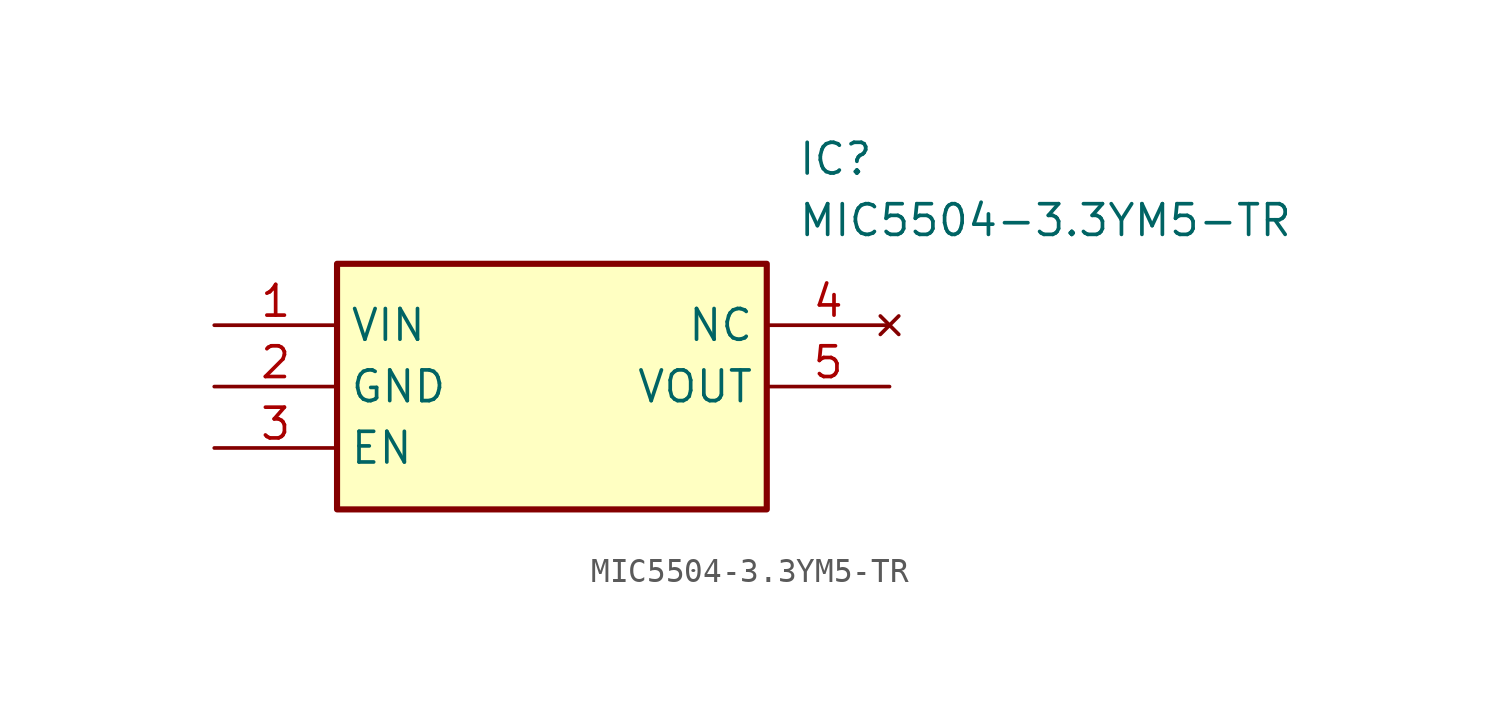
<source format=kicad_sym>
(kicad_symbol_lib
  (version 20231120)
  (generator "kicad_symbol_editor")
  (generator_version "8.0")
  (symbol "MIC5504-3.3YM5-TR"
    (property "Reference" "IC"
      (at 24.13 7.62 0)
      (effects (font (size 1.27 1.27)) (justify left top)))
    (property "Value" "MIC5504-3.3YM5-TR"
      (at 24.13 5.08 0)
      (effects (font (size 1.27 1.27)) (justify left top)))
    (symbol "MIC5504-3.3YM5-TR_1_1"
      (rectangle (start 5.08 2.54) (end 22.86 -7.62) (stroke (width 0.254) (type default)) (fill (type background)))
      (pin passive line (at 0 0 0) (length 5.08) (name "VIN" (effects (font (size 1.27 1.27)))) (number "1" (effects (font (size 1.27 1.27)))))
      (pin passive line (at 0 -2.54 0) (length 5.08) (name "GND" (effects (font (size 1.27 1.27)))) (number "2" (effects (font (size 1.27 1.27)))))
      (pin passive line (at 0 -5.08 0) (length 5.08) (name "EN" (effects (font (size 1.27 1.27)))) (number "3" (effects (font (size 1.27 1.27)))))
      (pin no_connect line (at 27.94 0 180) (length 5.08) (name "NC" (effects (font (size 1.27 1.27)))) (number "4" (effects (font (size 1.27 1.27)))))
      (pin passive line (at 27.94 -2.54 180) (length 5.08) (name "VOUT" (effects (font (size 1.27 1.27)))) (number "5" (effects (font (size 1.27 1.27))))))))
</source>
